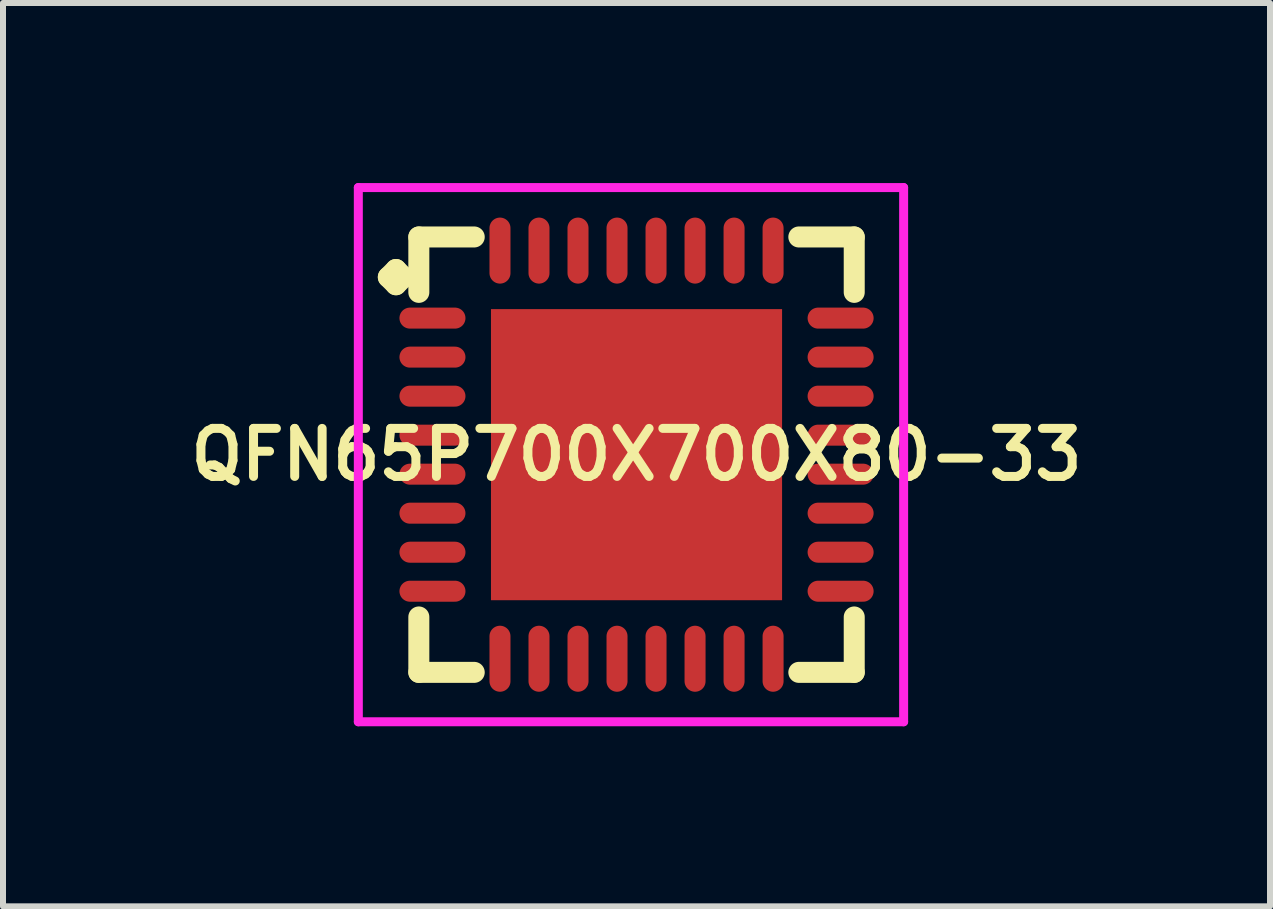
<source format=kicad_pcb>
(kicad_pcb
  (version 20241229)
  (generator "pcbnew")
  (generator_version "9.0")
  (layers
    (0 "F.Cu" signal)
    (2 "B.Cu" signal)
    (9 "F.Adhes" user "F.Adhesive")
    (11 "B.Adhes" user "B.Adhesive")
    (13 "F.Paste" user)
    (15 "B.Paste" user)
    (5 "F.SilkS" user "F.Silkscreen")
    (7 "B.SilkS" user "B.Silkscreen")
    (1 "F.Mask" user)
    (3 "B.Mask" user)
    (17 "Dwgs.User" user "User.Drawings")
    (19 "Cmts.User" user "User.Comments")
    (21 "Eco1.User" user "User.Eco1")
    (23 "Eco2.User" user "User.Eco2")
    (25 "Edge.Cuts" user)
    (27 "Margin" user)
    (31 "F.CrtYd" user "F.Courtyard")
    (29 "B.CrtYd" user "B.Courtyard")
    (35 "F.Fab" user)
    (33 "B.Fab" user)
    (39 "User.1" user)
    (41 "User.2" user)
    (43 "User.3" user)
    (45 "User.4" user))
  (footprint "QFN65P700X700X80-33"
    (layer "F.Cu")
    (at 7.555 4.525)
    (property "Reference" "QFN65P700X700X80-33" (at 0 0 0) (layer "F.SilkS") (effects (font (size 0.8 0.8) (thickness 0.15))))
    (attr smd)
    (fp_line (start -4.135 -2.958) (end -4.008 -3.085) (stroke (width 0.35) (type solid)) (layer "F.SilkS"))
    (fp_line (start -4.008 -3.085) (end -3.881 -2.958) (stroke (width 0.35) (type solid)) (layer "F.SilkS"))
    (fp_line (start -4.008 -2.831) (end -4.135 -2.958) (stroke (width 0.35) (type solid)) (layer "F.SilkS"))
    (fp_line (start -3.881 -2.958) (end -4.008 -2.831) (stroke (width 0.35) (type solid)) (layer "F.SilkS"))
    (fp_line (start -3.627 -3.627) (end -2.704 -3.627) (stroke (width 0.35) (type solid)) (layer "F.SilkS"))
    (fp_line (start -3.627 -2.704) (end -3.627 -3.627) (stroke (width 0.35) (type solid)) (layer "F.SilkS"))
    (fp_line (start -3.627 2.704) (end -3.627 3.627) (stroke (width 0.35) (type solid)) (layer "F.SilkS"))
    (fp_line (start -3.627 3.627) (end -2.704 3.627) (stroke (width 0.35) (type solid)) (layer "F.SilkS"))
    (fp_line (start 2.704 -3.627) (end 3.627 -3.627) (stroke (width 0.35) (type solid)) (layer "F.SilkS"))
    (fp_line (start 2.704 3.627) (end 3.627 3.627) (stroke (width 0.35) (type solid)) (layer "F.SilkS"))
    (fp_line (start 3.627 -3.627) (end 3.627 -2.704) (stroke (width 0.35) (type solid)) (layer "F.SilkS"))
    (fp_line (start 3.627 3.627) (end 3.627 2.704) (stroke (width 0.35) (type solid)) (layer "F.SilkS"))
    (fp_line (start -4.635 -4.45) (end 4.45 -4.45) (stroke (width 0.15) (type solid)) (layer "F.CrtYd"))
    (fp_line (start -4.635 4.45) (end -4.635 -4.45) (stroke (width 0.15) (type solid)) (layer "F.CrtYd"))
    (fp_line (start 4.45 -4.45) (end 4.45 4.45) (stroke (width 0.15) (type solid)) (layer "F.CrtYd"))
    (fp_line (start 4.45 4.45) (end -4.635 4.45) (stroke (width 0.15) (type solid)) (layer "F.CrtYd"))
    (pad "1" smd oval (at -3.4 -2.275) (size 1.1 0.35) (layers "F.Cu" "F.Mask" "F.Paste"))
    (pad "2" smd oval (at -3.4 -1.625) (size 1.1 0.35) (layers "F.Cu" "F.Mask" "F.Paste"))
    (pad "3" smd oval (at -3.4 -0.975) (size 1.1 0.35) (layers "F.Cu" "F.Mask" "F.Paste"))
    (pad "4" smd oval (at -3.4 -0.325) (size 1.1 0.35) (layers "F.Cu" "F.Mask" "F.Paste"))
    (pad "5" smd oval (at -3.4 0.325) (size 1.1 0.35) (layers "F.Cu" "F.Mask" "F.Paste"))
    (pad "6" smd oval (at -3.4 0.975) (size 1.1 0.35) (layers "F.Cu" "F.Mask" "F.Paste"))
    (pad "7" smd oval (at -3.4 1.625) (size 1.1 0.35) (layers "F.Cu" "F.Mask" "F.Paste"))
    (pad "8" smd oval (at -3.4 2.275) (size 1.1 0.35) (layers "F.Cu" "F.Mask" "F.Paste"))
    (pad "9" smd oval (at -2.275 3.4) (size 0.35 1.1) (layers "F.Cu" "F.Mask" "F.Paste"))
    (pad "10" smd oval (at -1.625 3.4) (size 0.35 1.1) (layers "F.Cu" "F.Mask" "F.Paste"))
    (pad "11" smd oval (at -0.975 3.4) (size 0.35 1.1) (layers "F.Cu" "F.Mask" "F.Paste"))
    (pad "12" smd oval (at -0.325 3.4) (size 0.35 1.1) (layers "F.Cu" "F.Mask" "F.Paste"))
    (pad "13" smd oval (at 0.325 3.4) (size 0.35 1.1) (layers "F.Cu" "F.Mask" "F.Paste"))
    (pad "14" smd oval (at 0.975 3.4) (size 0.35 1.1) (layers "F.Cu" "F.Mask" "F.Paste"))
    (pad "15" smd oval (at 1.625 3.4) (size 0.35 1.1) (layers "F.Cu" "F.Mask" "F.Paste"))
    (pad "16" smd oval (at 2.275 3.4) (size 0.35 1.1) (layers "F.Cu" "F.Mask" "F.Paste"))
    (pad "17" smd oval (at 3.4 2.275) (size 1.1 0.35) (layers "F.Cu" "F.Mask" "F.Paste"))
    (pad "18" smd oval (at 3.4 1.625) (size 1.1 0.35) (layers "F.Cu" "F.Mask" "F.Paste"))
    (pad "19" smd oval (at 3.4 0.975) (size 1.1 0.35) (layers "F.Cu" "F.Mask" "F.Paste"))
    (pad "20" smd oval (at 3.4 0.325) (size 1.1 0.35) (layers "F.Cu" "F.Mask" "F.Paste"))
    (pad "21" smd oval (at 3.4 -0.325) (size 1.1 0.35) (layers "F.Cu" "F.Mask" "F.Paste"))
    (pad "22" smd oval (at 3.4 -0.975) (size 1.1 0.35) (layers "F.Cu" "F.Mask" "F.Paste"))
    (pad "23" smd oval (at 3.4 -1.625) (size 1.1 0.35) (layers "F.Cu" "F.Mask" "F.Paste"))
    (pad "24" smd oval (at 3.4 -2.275) (size 1.1 0.35) (layers "F.Cu" "F.Mask" "F.Paste"))
    (pad "25" smd oval (at 2.275 -3.4) (size 0.35 1.1) (layers "F.Cu" "F.Mask" "F.Paste"))
    (pad "26" smd oval (at 1.625 -3.4) (size 0.35 1.1) (layers "F.Cu" "F.Mask" "F.Paste"))
    (pad "27" smd oval (at 0.975 -3.4) (size 0.35 1.1) (layers "F.Cu" "F.Mask" "F.Paste"))
    (pad "28" smd oval (at 0.325 -3.4) (size 0.35 1.1) (layers "F.Cu" "F.Mask" "F.Paste"))
    (pad "29" smd oval (at -0.325 -3.4) (size 0.35 1.1) (layers "F.Cu" "F.Mask" "F.Paste"))
    (pad "30" smd oval (at -0.975 -3.4) (size 0.35 1.1) (layers "F.Cu" "F.Mask" "F.Paste"))
    (pad "31" smd oval (at -1.625 -3.4) (size 0.35 1.1) (layers "F.Cu" "F.Mask" "F.Paste"))
    (pad "32" smd oval (at -2.275 -3.4) (size 0.35 1.1) (layers "F.Cu" "F.Mask" "F.Paste"))
    (pad "33" smd rect (at 0 0) (size 4.85 4.85) (layers "F.Cu" "F.Mask" "F.Paste")))
  (gr_rect
    (start -3 -3)
    (end 18.109 12.05)
    (stroke (width 0.1) (type default))
    (fill no)
    (layer "Edge.Cuts")))
</source>
